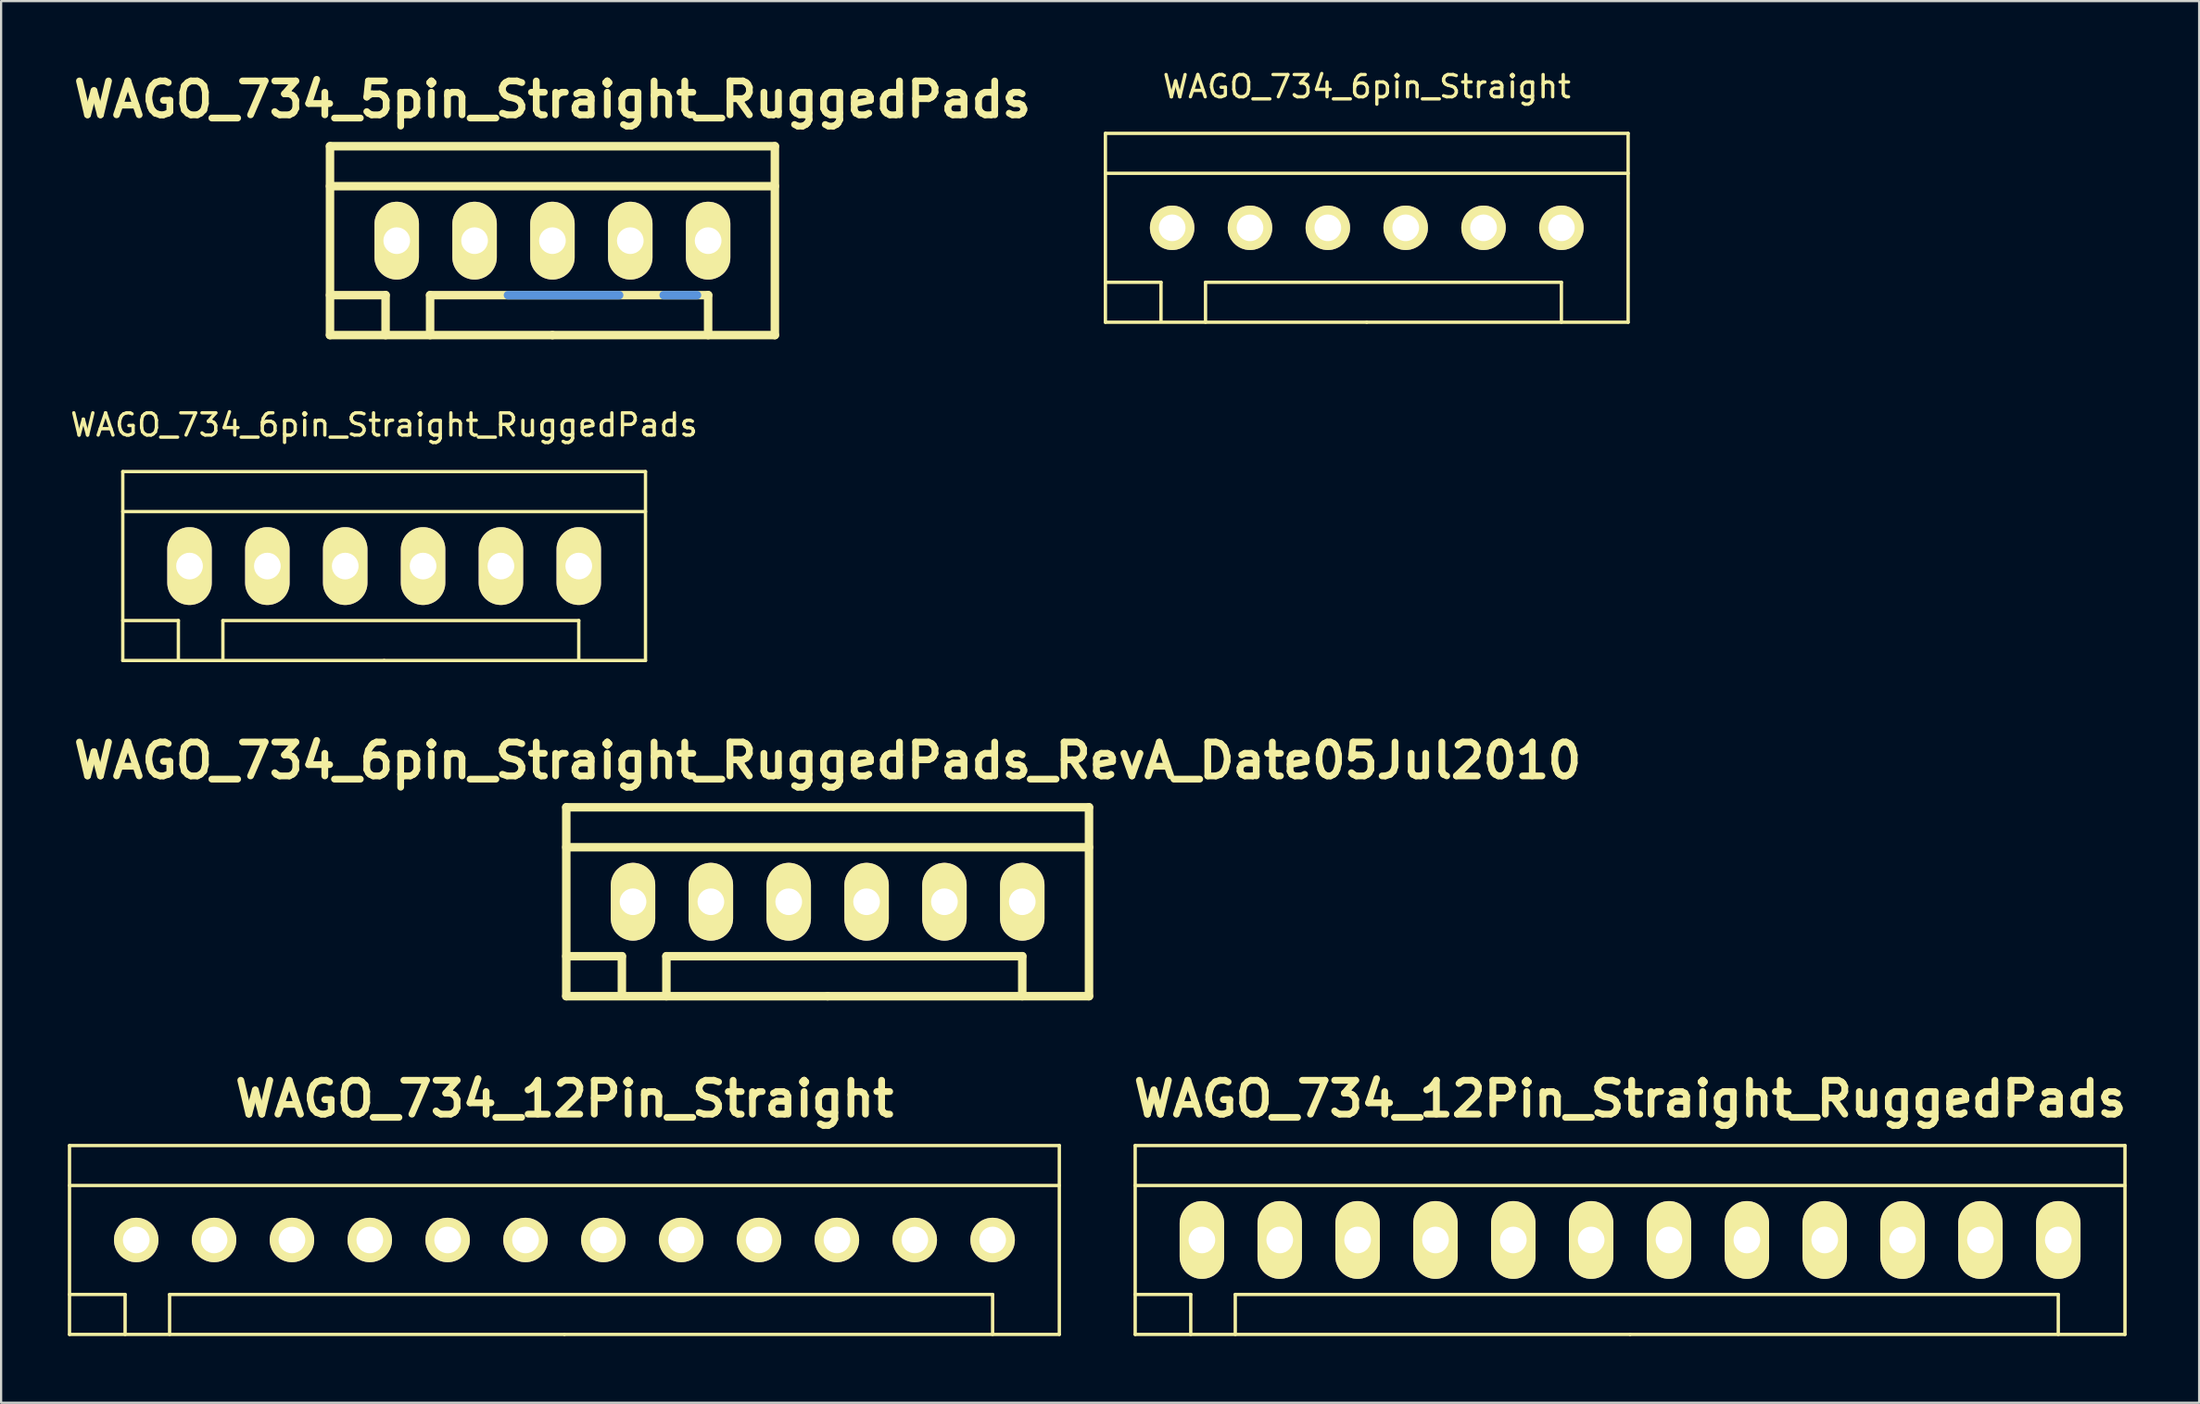
<source format=kicad_pcb>
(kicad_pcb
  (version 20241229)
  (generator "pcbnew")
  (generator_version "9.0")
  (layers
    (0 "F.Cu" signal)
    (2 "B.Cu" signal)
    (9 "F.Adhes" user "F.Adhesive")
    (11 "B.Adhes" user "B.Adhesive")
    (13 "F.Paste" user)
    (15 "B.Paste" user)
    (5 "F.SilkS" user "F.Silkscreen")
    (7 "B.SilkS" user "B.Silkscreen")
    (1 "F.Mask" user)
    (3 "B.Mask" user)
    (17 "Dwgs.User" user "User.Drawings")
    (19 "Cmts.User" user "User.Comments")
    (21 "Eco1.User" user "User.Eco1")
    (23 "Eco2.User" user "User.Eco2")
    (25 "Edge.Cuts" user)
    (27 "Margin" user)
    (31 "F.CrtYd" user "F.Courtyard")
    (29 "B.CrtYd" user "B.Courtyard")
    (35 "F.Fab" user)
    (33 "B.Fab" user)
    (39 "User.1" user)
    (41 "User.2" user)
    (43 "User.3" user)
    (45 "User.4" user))
  (footprint "WAGO_734_6pin_Straight_RuggedPads_RevA_Date05Jul2010"
    (layer "F.Cu")
    (at 34.159 37.516)
    (property "Reference" "WAGO_734_6pin_Straight_RuggedPads_RevA_Date05Jul2010" (at 0 -6.35 0) (layer "F.SilkS") (effects (font (size 1.524 1.524) (thickness 0.305))))
    (attr through_hole)
    (fp_line (start -11.75 -4.249) (end -11.75 4.249) (stroke (width 0.381) (type solid)) (layer "F.SilkS"))
    (fp_line (start -11.75 -2.451) (end 11.75 -2.451) (stroke (width 0.381) (type solid)) (layer "F.SilkS"))
    (fp_line (start -11.75 2.451) (end -9.251 2.451) (stroke (width 0.381) (type solid)) (layer "F.SilkS"))
    (fp_line (start -11.75 4.249) (end 0 4.249) (stroke (width 0.381) (type solid)) (layer "F.SilkS"))
    (fp_line (start -9.251 2.451) (end -9.251 4.201) (stroke (width 0.381) (type solid)) (layer "F.SilkS"))
    (fp_line (start -7.249 4.249) (end -7.249 2.451) (stroke (width 0.381) (type solid)) (layer "F.SilkS"))
    (fp_line (start 0 4.249) (end 11.75 4.249) (stroke (width 0.381) (type solid)) (layer "F.SilkS"))
    (fp_line (start 8.75 2.451) (end -7.249 2.451) (stroke (width 0.381) (type solid)) (layer "F.SilkS"))
    (fp_line (start 8.75 4.249) (end 8.75 2.451) (stroke (width 0.381) (type solid)) (layer "F.SilkS"))
    (fp_line (start 11.75 -4.249) (end -11.75 -4.249) (stroke (width 0.381) (type solid)) (layer "F.SilkS"))
    (fp_line (start 11.75 4.249) (end 11.75 -4.249) (stroke (width 0.381) (type solid)) (layer "F.SilkS"))
    (pad "1" thru_hole oval (at -8.75 0) (size 1.999 3.5) (drill 1.199) (layers "*.Cu" "*.Mask" "F.SilkS"))
    (pad "2" thru_hole oval (at -5.25 0) (size 1.999 3.5) (drill 1.199) (layers "*.Cu" "*.Mask" "F.SilkS"))
    (pad "3" thru_hole oval (at -1.75 0) (size 1.999 3.5) (drill 1.199) (layers "*.Cu" "*.Mask" "F.SilkS"))
    (pad "4" thru_hole oval (at 1.75 0) (size 1.999 3.5) (drill 1.199) (layers "*.Cu" "*.Mask" "F.SilkS"))
    (pad "5" thru_hole oval (at 5.25 0) (size 1.999 3.5) (drill 1.199) (layers "*.Cu" "*.Mask" "F.SilkS"))
    (pad "6" thru_hole oval (at 8.75 0) (size 1.999 3.5) (drill 1.199) (layers "*.Cu" "*.Mask" "F.SilkS")))
  (footprint "WAGO_734_6pin_Straight_RuggedPads"
    (layer "F.Cu")
    (at 14.22 22.415)
    (property "Reference" "WAGO_734_6pin_Straight_RuggedPads" (at 0 -6.35 0) (layer "F.SilkS") (effects (font (size 1 1) (thickness 0.15))))
    (attr through_hole)
    (fp_line (start -11.75 -4.249) (end -11.75 4.249) (stroke (width 0.15) (type solid)) (layer "F.SilkS"))
    (fp_line (start -11.75 -2.451) (end 11.75 -2.451) (stroke (width 0.15) (type solid)) (layer "F.SilkS"))
    (fp_line (start -11.75 2.451) (end -9.251 2.451) (stroke (width 0.15) (type solid)) (layer "F.SilkS"))
    (fp_line (start -11.75 4.249) (end 0 4.249) (stroke (width 0.15) (type solid)) (layer "F.SilkS"))
    (fp_line (start -9.251 2.451) (end -9.251 4.201) (stroke (width 0.15) (type solid)) (layer "F.SilkS"))
    (fp_line (start -7.249 4.249) (end -7.249 2.451) (stroke (width 0.15) (type solid)) (layer "F.SilkS"))
    (fp_line (start 0 4.249) (end 11.75 4.249) (stroke (width 0.15) (type solid)) (layer "F.SilkS"))
    (fp_line (start 8.75 2.451) (end -7.249 2.451) (stroke (width 0.15) (type solid)) (layer "F.SilkS"))
    (fp_line (start 8.75 4.249) (end 8.75 2.451) (stroke (width 0.15) (type solid)) (layer "F.SilkS"))
    (fp_line (start 11.75 -4.249) (end -11.75 -4.249) (stroke (width 0.15) (type solid)) (layer "F.SilkS"))
    (fp_line (start 11.75 4.249) (end 11.75 -4.249) (stroke (width 0.15) (type solid)) (layer "F.SilkS"))
    (pad "1" thru_hole oval (at -8.75 0) (size 1.999 3.5) (drill 1.199) (layers "*.Cu" "*.Mask" "F.SilkS"))
    (pad "2" thru_hole oval (at -5.25 0) (size 1.999 3.5) (drill 1.199) (layers "*.Cu" "*.Mask" "F.SilkS"))
    (pad "3" thru_hole oval (at -1.75 0) (size 1.999 3.5) (drill 1.199) (layers "*.Cu" "*.Mask" "F.SilkS"))
    (pad "4" thru_hole oval (at 1.75 0) (size 1.999 3.5) (drill 1.199) (layers "*.Cu" "*.Mask" "F.SilkS"))
    (pad "5" thru_hole oval (at 5.25 0) (size 1.999 3.5) (drill 1.199) (layers "*.Cu" "*.Mask" "F.SilkS"))
    (pad "6" thru_hole oval (at 8.75 0) (size 1.999 3.5) (drill 1.199) (layers "*.Cu" "*.Mask" "F.SilkS")))
  (footprint "WAGO_734_5pin_Straight_RuggedPads"
    (layer "F.Cu")
    (at 21.786 7.776)
    (property "Reference" "WAGO_734_5pin_Straight_RuggedPads" (at 0 -6.35 0) (layer "F.SilkS") (effects (font (size 1.524 1.524) (thickness 0.305))))
    (attr through_hole)
    (fp_line (start -10 -4.249) (end -10 4.249) (stroke (width 0.381) (type solid)) (layer "F.SilkS"))
    (fp_line (start -10 -2.451) (end 10 -2.451) (stroke (width 0.381) (type solid)) (layer "F.SilkS"))
    (fp_line (start -10 2.451) (end -7.501 2.451) (stroke (width 0.381) (type solid)) (layer "F.SilkS"))
    (fp_line (start -10 4.249) (end 0 4.249) (stroke (width 0.381) (type solid)) (layer "F.SilkS"))
    (fp_line (start -7.501 2.451) (end -7.501 4.249) (stroke (width 0.381) (type solid)) (layer "F.SilkS"))
    (fp_line (start -5.499 4.249) (end -5.499 2.451) (stroke (width 0.381) (type solid)) (layer "F.SilkS"))
    (fp_line (start 0 4.249) (end 10 4.249) (stroke (width 0.381) (type solid)) (layer "F.SilkS"))
    (fp_line (start 7 2.451) (end -5.499 2.451) (stroke (width 0.381) (type solid)) (layer "F.SilkS"))
    (fp_line (start 7 4.249) (end 7 2.451) (stroke (width 0.381) (type solid)) (layer "F.SilkS"))
    (fp_line (start 10 -4.249) (end -10 -4.249) (stroke (width 0.381) (type solid)) (layer "F.SilkS"))
    (fp_line (start 10 4.249) (end 10 -4.249) (stroke (width 0.381) (type solid)) (layer "F.SilkS"))
    (fp_line (start -1.999 2.451) (end 3 2.451) (stroke (width 0.381) (type solid)) (layer "Cmts.User"))
    (fp_line (start 5.001 2.451) (end 6.5 2.451) (stroke (width 0.381) (type solid)) (layer "Cmts.User"))
    (pad "1" thru_hole oval (at -7 0) (size 1.999 3.5) (drill 1.199) (layers "*.Cu" "*.Mask" "F.SilkS"))
    (pad "2" thru_hole oval (at -3.5 0) (size 1.999 3.5) (drill 1.199) (layers "*.Cu" "*.Mask" "F.SilkS"))
    (pad "3" thru_hole oval (at 0 0) (size 1.999 3.5) (drill 1.199) (layers "*.Cu" "*.Mask" "F.SilkS"))
    (pad "4" thru_hole oval (at 3.5 0) (size 1.999 3.5) (drill 1.199) (layers "*.Cu" "*.Mask" "F.SilkS"))
    (pad "5" thru_hole oval (at 7 0) (size 1.999 3.5) (drill 1.199) (layers "*.Cu" "*.Mask" "F.SilkS")))
  (footprint "WAGO_734_12Pin_Straight"
    (layer "F.Cu")
    (at 22.325 52.732)
    (property "Reference" "WAGO_734_12Pin_Straight" (at 0 -6.35 0) (layer "F.SilkS") (effects (font (size 1.524 1.524) (thickness 0.305))))
    (attr through_hole)
    (fp_line (start -22.25 -4.249) (end -22.25 4.249) (stroke (width 0.15) (type solid)) (layer "F.SilkS"))
    (fp_line (start -22.25 -2.451) (end 22.25 -2.451) (stroke (width 0.15) (type solid)) (layer "F.SilkS"))
    (fp_line (start -22.25 2.451) (end -19.751 2.451) (stroke (width 0.15) (type solid)) (layer "F.SilkS"))
    (fp_line (start -22.25 4.249) (end 0 4.249) (stroke (width 0.15) (type solid)) (layer "F.SilkS"))
    (fp_line (start -19.751 2.451) (end -19.751 4.249) (stroke (width 0.15) (type solid)) (layer "F.SilkS"))
    (fp_line (start -17.75 4.249) (end -17.75 2.451) (stroke (width 0.15) (type solid)) (layer "F.SilkS"))
    (fp_line (start 0 4.249) (end 22.25 4.249) (stroke (width 0.15) (type solid)) (layer "F.SilkS"))
    (fp_line (start 19.251 2.451) (end -17.75 2.451) (stroke (width 0.15) (type solid)) (layer "F.SilkS"))
    (fp_line (start 19.251 4.249) (end 19.251 2.451) (stroke (width 0.15) (type solid)) (layer "F.SilkS"))
    (fp_line (start 22.25 -4.249) (end -22.25 -4.249) (stroke (width 0.15) (type solid)) (layer "F.SilkS"))
    (fp_line (start 22.25 4.249) (end 22.25 -4.249) (stroke (width 0.15) (type solid)) (layer "F.SilkS"))
    (pad "1" thru_hole circle (at -19.251 0) (size 1.999 1.999) (drill 1.199) (layers "*.Cu" "*.Mask" "F.SilkS"))
    (pad "2" thru_hole circle (at -15.751 0) (size 1.999 1.999) (drill 1.199) (layers "*.Cu" "*.Mask" "F.SilkS"))
    (pad "3" thru_hole circle (at -12.25 0) (size 1.999 1.999) (drill 1.199) (layers "*.Cu" "*.Mask" "F.SilkS"))
    (pad "4" thru_hole circle (at -8.75 0) (size 1.999 1.999) (drill 1.199) (layers "*.Cu" "*.Mask" "F.SilkS"))
    (pad "5" thru_hole circle (at -5.25 0) (size 1.999 1.999) (drill 1.199) (layers "*.Cu" "*.Mask" "F.SilkS"))
    (pad "6" thru_hole circle (at -1.75 0) (size 1.999 1.999) (drill 1.199) (layers "*.Cu" "*.Mask" "F.SilkS"))
    (pad "7" thru_hole circle (at 1.75 0) (size 1.999 1.999) (drill 1.199) (layers "*.Cu" "*.Mask" "F.SilkS"))
    (pad "8" thru_hole circle (at 5.25 0) (size 1.999 1.999) (drill 1.199) (layers "*.Cu" "*.Mask" "F.SilkS"))
    (pad "9" thru_hole circle (at 8.75 0) (size 1.999 1.999) (drill 1.199) (layers "*.Cu" "*.Mask" "F.SilkS"))
    (pad "10" thru_hole circle (at 12.25 0) (size 1.999 1.999) (drill 1.199) (layers "*.Cu" "*.Mask" "F.SilkS"))
    (pad "11" thru_hole circle (at 15.751 0) (size 1.999 1.999) (drill 1.199) (layers "*.Cu" "*.Mask" "F.SilkS"))
    (pad "12" thru_hole circle (at 19.251 0) (size 1.999 1.999) (drill 1.199) (layers "*.Cu" "*.Mask" "F.SilkS")))
  (footprint "WAGO_734_6pin_Straight"
    (layer "F.Cu")
    (at 58.397 7.198)
    (property "Reference" "WAGO_734_6pin_Straight" (at 0 -6.35 0) (layer "F.SilkS") (effects (font (size 1 1) (thickness 0.15))))
    (attr through_hole)
    (fp_line (start -11.75 -4.249) (end -11.75 4.249) (stroke (width 0.15) (type solid)) (layer "F.SilkS"))
    (fp_line (start -11.75 -2.451) (end 11.75 -2.451) (stroke (width 0.15) (type solid)) (layer "F.SilkS"))
    (fp_line (start -11.75 2.451) (end -9.251 2.451) (stroke (width 0.15) (type solid)) (layer "F.SilkS"))
    (fp_line (start -11.75 4.249) (end 0 4.249) (stroke (width 0.15) (type solid)) (layer "F.SilkS"))
    (fp_line (start -9.251 2.451) (end -9.251 4.201) (stroke (width 0.15) (type solid)) (layer "F.SilkS"))
    (fp_line (start -7.249 4.249) (end -7.249 2.451) (stroke (width 0.15) (type solid)) (layer "F.SilkS"))
    (fp_line (start 0 4.249) (end 11.75 4.249) (stroke (width 0.15) (type solid)) (layer "F.SilkS"))
    (fp_line (start 8.75 2.451) (end -7.249 2.451) (stroke (width 0.15) (type solid)) (layer "F.SilkS"))
    (fp_line (start 8.75 4.249) (end 8.75 2.451) (stroke (width 0.15) (type solid)) (layer "F.SilkS"))
    (fp_line (start 11.75 -4.249) (end -11.75 -4.249) (stroke (width 0.15) (type solid)) (layer "F.SilkS"))
    (fp_line (start 11.75 4.249) (end 11.75 -4.249) (stroke (width 0.15) (type solid)) (layer "F.SilkS"))
    (pad "1" thru_hole circle (at -8.75 0) (size 1.999 1.999) (drill 1.199) (layers "*.Cu" "*.Mask" "F.SilkS"))
    (pad "2" thru_hole circle (at -5.25 0) (size 1.999 1.999) (drill 1.199) (layers "*.Cu" "*.Mask" "F.SilkS"))
    (pad "3" thru_hole circle (at -1.75 0) (size 1.999 1.999) (drill 1.199) (layers "*.Cu" "*.Mask" "F.SilkS"))
    (pad "4" thru_hole circle (at 1.75 0) (size 1.999 1.999) (drill 1.199) (layers "*.Cu" "*.Mask" "F.SilkS"))
    (pad "5" thru_hole circle (at 5.25 0) (size 1.999 1.999) (drill 1.199) (layers "*.Cu" "*.Mask" "F.SilkS"))
    (pad "6" thru_hole circle (at 8.75 0) (size 1.999 1.999) (drill 1.199) (layers "*.Cu" "*.Mask" "F.SilkS")))
  (footprint "WAGO_734_12Pin_Straight_RuggedPads"
    (layer "F.Cu")
    (at 70.235 52.732)
    (property "Reference" "WAGO_734_12Pin_Straight_RuggedPads" (at 0 -6.35 0) (layer "F.SilkS") (effects (font (size 1.524 1.524) (thickness 0.305))))
    (attr through_hole)
    (fp_line (start -22.25 -4.249) (end -22.25 4.249) (stroke (width 0.15) (type solid)) (layer "F.SilkS"))
    (fp_line (start -22.25 -2.451) (end 22.25 -2.451) (stroke (width 0.15) (type solid)) (layer "F.SilkS"))
    (fp_line (start -22.25 2.451) (end -19.751 2.451) (stroke (width 0.15) (type solid)) (layer "F.SilkS"))
    (fp_line (start -22.25 4.249) (end 0 4.249) (stroke (width 0.15) (type solid)) (layer "F.SilkS"))
    (fp_line (start -19.751 2.451) (end -19.751 4.249) (stroke (width 0.15) (type solid)) (layer "F.SilkS"))
    (fp_line (start -17.75 4.249) (end -17.75 2.451) (stroke (width 0.15) (type solid)) (layer "F.SilkS"))
    (fp_line (start 0 4.249) (end 22.25 4.249) (stroke (width 0.15) (type solid)) (layer "F.SilkS"))
    (fp_line (start 19.251 2.451) (end -17.75 2.451) (stroke (width 0.15) (type solid)) (layer "F.SilkS"))
    (fp_line (start 19.251 4.249) (end 19.251 2.451) (stroke (width 0.15) (type solid)) (layer "F.SilkS"))
    (fp_line (start 22.25 -4.249) (end -22.25 -4.249) (stroke (width 0.15) (type solid)) (layer "F.SilkS"))
    (fp_line (start 22.25 4.249) (end 22.25 -4.249) (stroke (width 0.15) (type solid)) (layer "F.SilkS"))
    (pad "1" thru_hole oval (at -19.251 0) (size 1.999 3.5) (drill 1.199) (layers "*.Cu" "*.Mask" "F.SilkS"))
    (pad "2" thru_hole oval (at -15.751 0) (size 1.999 3.5) (drill 1.199) (layers "*.Cu" "*.Mask" "F.SilkS"))
    (pad "3" thru_hole oval (at -12.25 0) (size 1.999 3.5) (drill 1.199) (layers "*.Cu" "*.Mask" "F.SilkS"))
    (pad "4" thru_hole oval (at -8.75 0) (size 1.999 3.5) (drill 1.199) (layers "*.Cu" "*.Mask" "F.SilkS"))
    (pad "5" thru_hole oval (at -5.25 0) (size 1.999 3.5) (drill 1.199) (layers "*.Cu" "*.Mask" "F.SilkS"))
    (pad "6" thru_hole oval (at -1.75 0) (size 1.999 3.5) (drill 1.199) (layers "*.Cu" "*.Mask" "F.SilkS"))
    (pad "7" thru_hole oval (at 1.75 0) (size 1.999 3.5) (drill 1.199) (layers "*.Cu" "*.Mask" "F.SilkS"))
    (pad "8" thru_hole oval (at 5.25 0) (size 1.999 3.5) (drill 1.199) (layers "*.Cu" "*.Mask" "F.SilkS"))
    (pad "9" thru_hole oval (at 8.75 0) (size 1.999 3.5) (drill 1.199) (layers "*.Cu" "*.Mask" "F.SilkS"))
    (pad "10" thru_hole oval (at 12.25 0) (size 1.999 3.5) (drill 1.199) (layers "*.Cu" "*.Mask" "F.SilkS"))
    (pad "11" thru_hole oval (at 15.751 0) (size 1.999 3.5) (drill 1.199) (layers "*.Cu" "*.Mask" "F.SilkS"))
    (pad "12" thru_hole oval (at 19.251 0) (size 1.999 3.5) (drill 1.199) (layers "*.Cu" "*.Mask" "F.SilkS")))
  (gr_rect
    (start -3 -3)
    (end 95.819 60.056)
    (stroke (width 0.1) (type default))
    (fill no)
    (layer "Edge.Cuts")))
</source>
